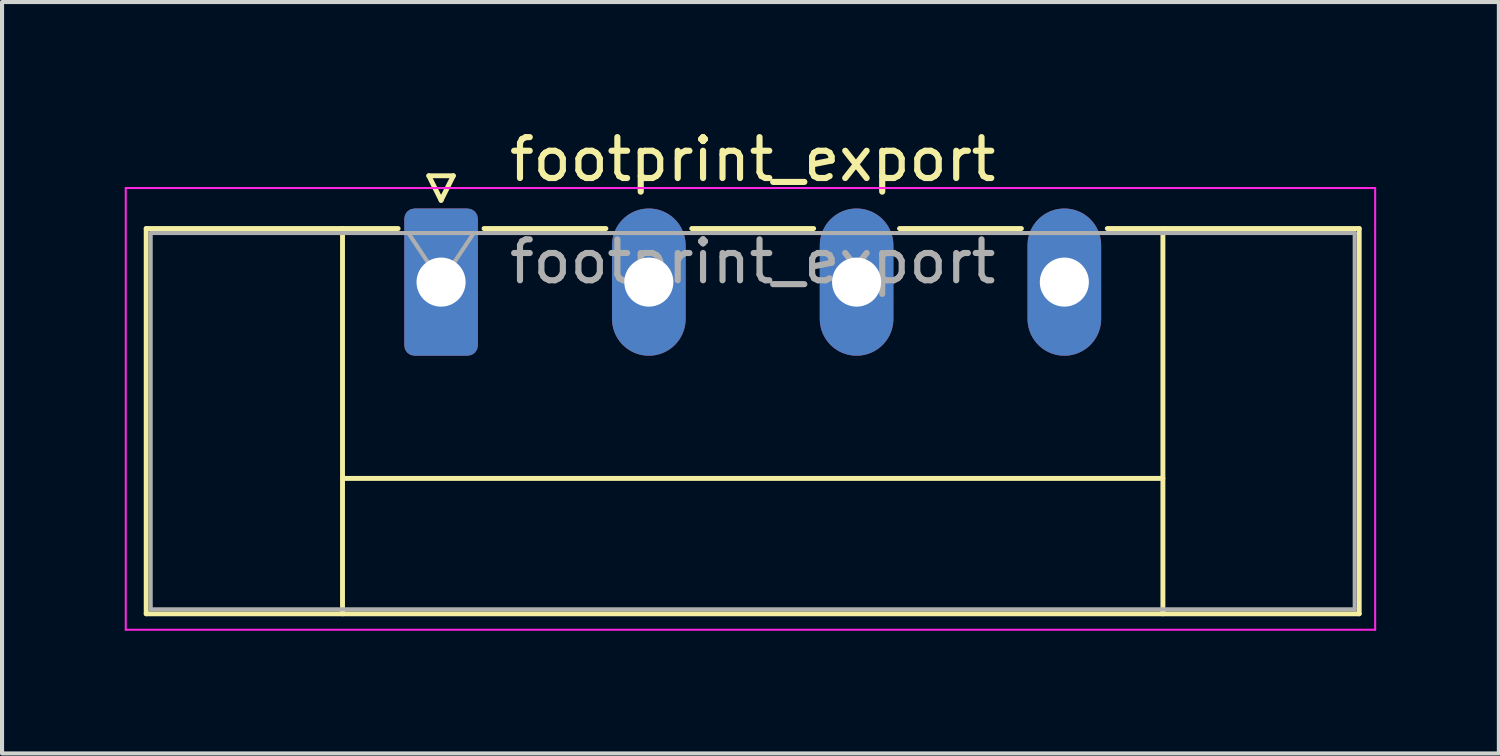
<source format=kicad_pcb>
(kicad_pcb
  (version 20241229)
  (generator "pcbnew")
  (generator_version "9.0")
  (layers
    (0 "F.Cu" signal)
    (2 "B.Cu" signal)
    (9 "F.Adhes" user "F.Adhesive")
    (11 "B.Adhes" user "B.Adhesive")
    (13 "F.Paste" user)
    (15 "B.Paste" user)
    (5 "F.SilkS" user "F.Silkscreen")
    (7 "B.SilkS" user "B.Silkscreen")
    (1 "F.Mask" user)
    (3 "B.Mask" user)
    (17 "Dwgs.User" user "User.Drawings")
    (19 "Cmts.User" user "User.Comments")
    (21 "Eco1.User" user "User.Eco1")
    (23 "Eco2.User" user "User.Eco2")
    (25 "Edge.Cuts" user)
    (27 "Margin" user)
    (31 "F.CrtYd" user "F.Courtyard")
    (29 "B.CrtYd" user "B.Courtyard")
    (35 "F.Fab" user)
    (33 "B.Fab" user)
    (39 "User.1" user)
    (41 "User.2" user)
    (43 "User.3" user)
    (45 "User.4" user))
  (footprint "footprint_export"
    (layer "F.Cu")
    (at 7.735 3.848)
    (property "Reference" "footprint_export" (at 7.62 -3 0) (layer "F.SilkS") (effects (font (size 1 1) (thickness 0.15))))
    (attr through_hole)
    (fp_line (start -7.21 -1.31) (end -7.21 8.11) (stroke (width 0.12) (type solid)) (layer "F.SilkS"))
    (fp_line (start -7.21 -1.31) (end -1.05 -1.31) (stroke (width 0.12) (type solid)) (layer "F.SilkS"))
    (fp_line (start -7.21 8.11) (end 22.45 8.11) (stroke (width 0.12) (type solid)) (layer "F.SilkS"))
    (fp_line (start -2.41 -1.31) (end -2.41 8.11) (stroke (width 0.12) (type solid)) (layer "F.SilkS"))
    (fp_line (start -2.41 4.8) (end 17.65 4.8) (stroke (width 0.12) (type solid)) (layer "F.SilkS"))
    (fp_line (start -0.3 -2.6) (end 0.3 -2.6) (stroke (width 0.12) (type solid)) (layer "F.SilkS"))
    (fp_line (start 0 -2) (end -0.3 -2.6) (stroke (width 0.12) (type solid)) (layer "F.SilkS"))
    (fp_line (start 0.3 -2.6) (end 0 -2) (stroke (width 0.12) (type solid)) (layer "F.SilkS"))
    (fp_line (start 1.05 -1.31) (end 4.03 -1.31) (stroke (width 0.12) (type solid)) (layer "F.SilkS"))
    (fp_line (start 6.13 -1.31) (end 9.11 -1.31) (stroke (width 0.12) (type solid)) (layer "F.SilkS"))
    (fp_line (start 11.21 -1.31) (end 14.19 -1.31) (stroke (width 0.12) (type solid)) (layer "F.SilkS"))
    (fp_line (start 17.65 -1.31) (end 17.65 8.11) (stroke (width 0.12) (type solid)) (layer "F.SilkS"))
    (fp_line (start 22.45 -1.31) (end 16.29 -1.31) (stroke (width 0.12) (type solid)) (layer "F.SilkS"))
    (fp_line (start 22.45 8.11) (end 22.45 -1.31) (stroke (width 0.12) (type solid)) (layer "F.SilkS"))
    (fp_line (start -7.71 -2.3) (end -7.71 8.5) (stroke (width 0.05) (type solid)) (layer "F.CrtYd"))
    (fp_line (start -7.71 8.5) (end 22.84 8.5) (stroke (width 0.05) (type solid)) (layer "F.CrtYd"))
    (fp_line (start 22.84 -2.3) (end -7.71 -2.3) (stroke (width 0.05) (type solid)) (layer "F.CrtYd"))
    (fp_line (start 22.84 8.5) (end 22.84 -2.3) (stroke (width 0.05) (type solid)) (layer "F.CrtYd"))
    (fp_line (start -7.1 -1.2) (end -7.1 8) (stroke (width 0.1) (type solid)) (layer "F.Fab"))
    (fp_line (start -7.1 8) (end 22.34 8) (stroke (width 0.1) (type solid)) (layer "F.Fab"))
    (fp_line (start 0 0) (end -0.8 -1.2) (stroke (width 0.1) (type solid)) (layer "F.Fab"))
    (fp_line (start 0.8 -1.2) (end 0 0) (stroke (width 0.1) (type solid)) (layer "F.Fab"))
    (fp_line (start 22.34 -1.2) (end -7.1 -1.2) (stroke (width 0.1) (type solid)) (layer "F.Fab"))
    (fp_line (start 22.34 8) (end 22.34 -1.2) (stroke (width 0.1) (type solid)) (layer "F.Fab"))
    (fp_text user "${REFERENCE}" (at 7.62 -0.5 0) (layer "F.Fab") (effects (font (size 1 1) (thickness 0.15))))
    (pad "1" thru_hole roundrect (at 0 0) (size 1.8 3.6) (drill 1.2) (layers "*.Cu" "*.Mask") (roundrect_rratio 0.139))
    (pad "2" thru_hole oval (at 5.08 0) (size 1.8 3.6) (drill 1.2) (layers "*.Cu" "*.Mask"))
    (pad "3" thru_hole oval (at 10.16 0) (size 1.8 3.6) (drill 1.2) (layers "*.Cu" "*.Mask"))
    (pad "4" thru_hole oval (at 15.24 0) (size 1.8 3.6) (drill 1.2) (layers "*.Cu" "*.Mask")))
  (gr_rect
    (start -3 -3)
    (end 33.6 15.373)
    (stroke (width 0.1) (type default))
    (fill no)
    (layer "Edge.Cuts")))
</source>
